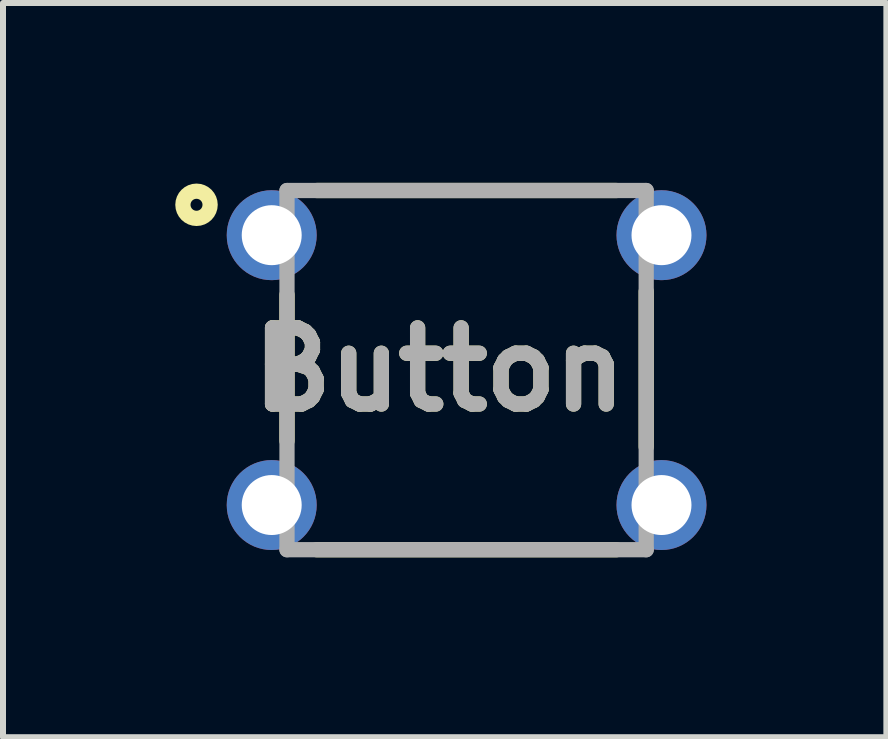
<source format=kicad_pcb>
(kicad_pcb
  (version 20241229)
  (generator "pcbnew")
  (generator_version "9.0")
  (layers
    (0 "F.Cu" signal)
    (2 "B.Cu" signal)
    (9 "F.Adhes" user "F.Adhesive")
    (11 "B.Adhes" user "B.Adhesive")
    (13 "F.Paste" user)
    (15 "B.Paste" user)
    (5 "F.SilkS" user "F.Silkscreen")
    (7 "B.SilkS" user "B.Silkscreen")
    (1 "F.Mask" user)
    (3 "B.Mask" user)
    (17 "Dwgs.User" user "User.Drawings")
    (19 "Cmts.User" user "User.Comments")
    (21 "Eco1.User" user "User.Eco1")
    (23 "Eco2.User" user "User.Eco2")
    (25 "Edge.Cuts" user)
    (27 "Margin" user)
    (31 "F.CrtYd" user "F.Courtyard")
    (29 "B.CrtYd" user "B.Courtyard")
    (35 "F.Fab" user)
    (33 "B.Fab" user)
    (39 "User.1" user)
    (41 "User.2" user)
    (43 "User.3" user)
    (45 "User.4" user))
  (footprint "Button"
    (layer "F.Cu")
    (at 4.731 3.122)
    (property "Reference" "Button" (at -0.454 -0.009 0) (layer "F.SilkS") (effects (font (size 1.27 1.27) (thickness 0.254))))
    (attr through_hole)
    (fp_line (start -2.995 -1.256) (end -2.995 1.18) (stroke (width 0.254) (type solid)) (layer "F.SilkS"))
    (fp_line (start -2.5 -2.995) (end 2.5 -2.995) (stroke (width 0.254) (type solid)) (layer "F.SilkS"))
    (fp_line (start -2.5 2.995) (end 2.5 2.995) (stroke (width 0.254) (type solid)) (layer "F.SilkS"))
    (fp_line (start 2.995 -1.312) (end 2.995 1.279) (stroke (width 0.254) (type solid)) (layer "F.SilkS"))
    (fp_circle (center -4.504 -2.757) (end -4.504 -2.657) (stroke (width 0.254) (type solid)) (fill no) (layer "F.SilkS"))
    (fp_line (start -2.995 -2.995) (end 2.995 -2.995) (stroke (width 0.254) (type solid)) (layer "F.Fab"))
    (fp_line (start -2.995 2.995) (end -2.995 -2.995) (stroke (width 0.254) (type solid)) (layer "F.Fab"))
    (fp_line (start 2.995 -2.995) (end 2.995 2.995) (stroke (width 0.254) (type solid)) (layer "F.Fab"))
    (fp_line (start 2.995 2.995) (end -2.995 2.995) (stroke (width 0.254) (type solid)) (layer "F.Fab"))
    (fp_text user "${REFERENCE}" (at -0.454 -0.009 0) (layer "F.Fab") (effects (font (size 1.27 1.27) (thickness 0.254))))
    (pad "1" thru_hole circle (at -3.25 -2.25) (size 1.5 1.5) (drill 1) (layers "*.Cu" "*.Mask"))
    (pad "2" thru_hole circle (at 3.25 -2.25) (size 1.5 1.5) (drill 1) (layers "*.Cu" "*.Mask"))
    (pad "3" thru_hole circle (at -3.25 2.25) (size 1.5 1.5) (drill 1) (layers "*.Cu" "*.Mask"))
    (pad "4" thru_hole circle (at 3.25 2.25) (size 1.5 1.5) (drill 1) (layers "*.Cu" "*.Mask")))
  (gr_rect
    (start -3 -3)
    (end 11.731 9.244)
    (stroke (width 0.1) (type default))
    (fill no)
    (layer "Edge.Cuts")))
</source>
